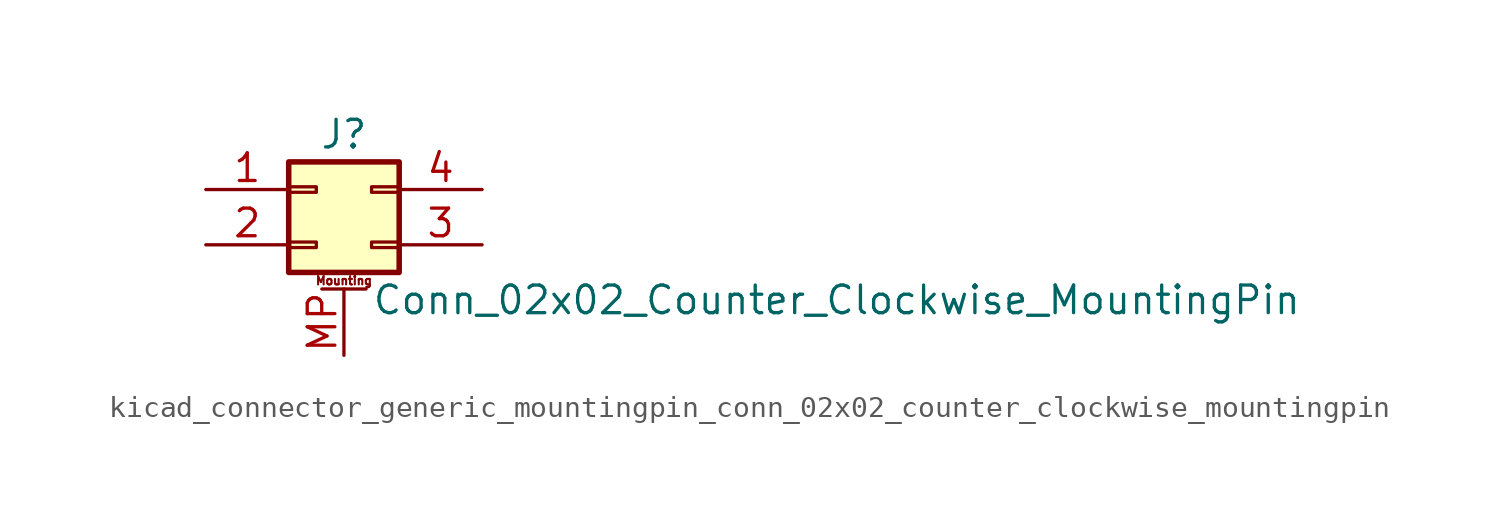
<source format=kicad_sym>
(kicad_symbol_lib
  (version 20220914)
  (generator kicad_symbol_editor)
  (symbol "kicad_connector_generic_mountingpin_conn_02x02_counter_clockwise_mountingpin"
    (pin_names
      (offset 1.016) hide)
    (property "Reference" "J"
      (at 1.27 2.54 0)
      (effects (font (size 1.27 1.27))))
    (property "Value" "Conn_02x02_Counter_Clockwise_MountingPin"
      (at 2.54 -5.08 0)
      (effects (font (size 1.27 1.27)) (justify left)))
    (symbol "kicad_connector_generic_mountingpin_conn_02x02_counter_clockwise_mountingpin_1_1"
      (rectangle (start -1.27 -2.413) (end 0 -2.667) (stroke (width 0.152) (type default)) (fill (type none)))
      (rectangle (start -1.27 0.127) (end 0 -0.127) (stroke (width 0.152) (type default)) (fill (type none)))
      (rectangle (start -1.27 1.27) (end 3.81 -3.81) (stroke (width 0.254) (type default)) (fill (type background)))
      (polyline (pts (xy 0.254 -4.572) (xy 2.286 -4.572)) (stroke (width 0.152) (type default)) (fill (type none)))
      (rectangle (start 3.81 -2.413) (end 2.54 -2.667) (stroke (width 0.152) (type default)) (fill (type none)))
      (rectangle (start 3.81 0.127) (end 2.54 -0.127) (stroke (width 0.152) (type default)) (fill (type none)))
      (text "Mounting" (at 1.27 -4.191 0) (effects (font (size 0.381 0.381))))
      (pin passive line (at -5.08 0 0) (length 3.81) (name "Pin_1" (effects (font (size 1.27 1.27)))) (number "1" (effects (font (size 1.27 1.27)))))
      (pin passive line (at -5.08 -2.54 0) (length 3.81) (name "Pin_2" (effects (font (size 1.27 1.27)))) (number "2" (effects (font (size 1.27 1.27)))))
      (pin passive line (at 7.62 -2.54 180) (length 3.81) (name "Pin_3" (effects (font (size 1.27 1.27)))) (number "3" (effects (font (size 1.27 1.27)))))
      (pin passive line (at 7.62 0 180) (length 3.81) (name "Pin_4" (effects (font (size 1.27 1.27)))) (number "4" (effects (font (size 1.27 1.27)))))
      (pin passive line (at 1.27 -7.62 90) (length 3.048) (name "MountPin" (effects (font (size 1.27 1.27)))) (number "MP" (effects (font (size 1.27 1.27))))))))
</source>
